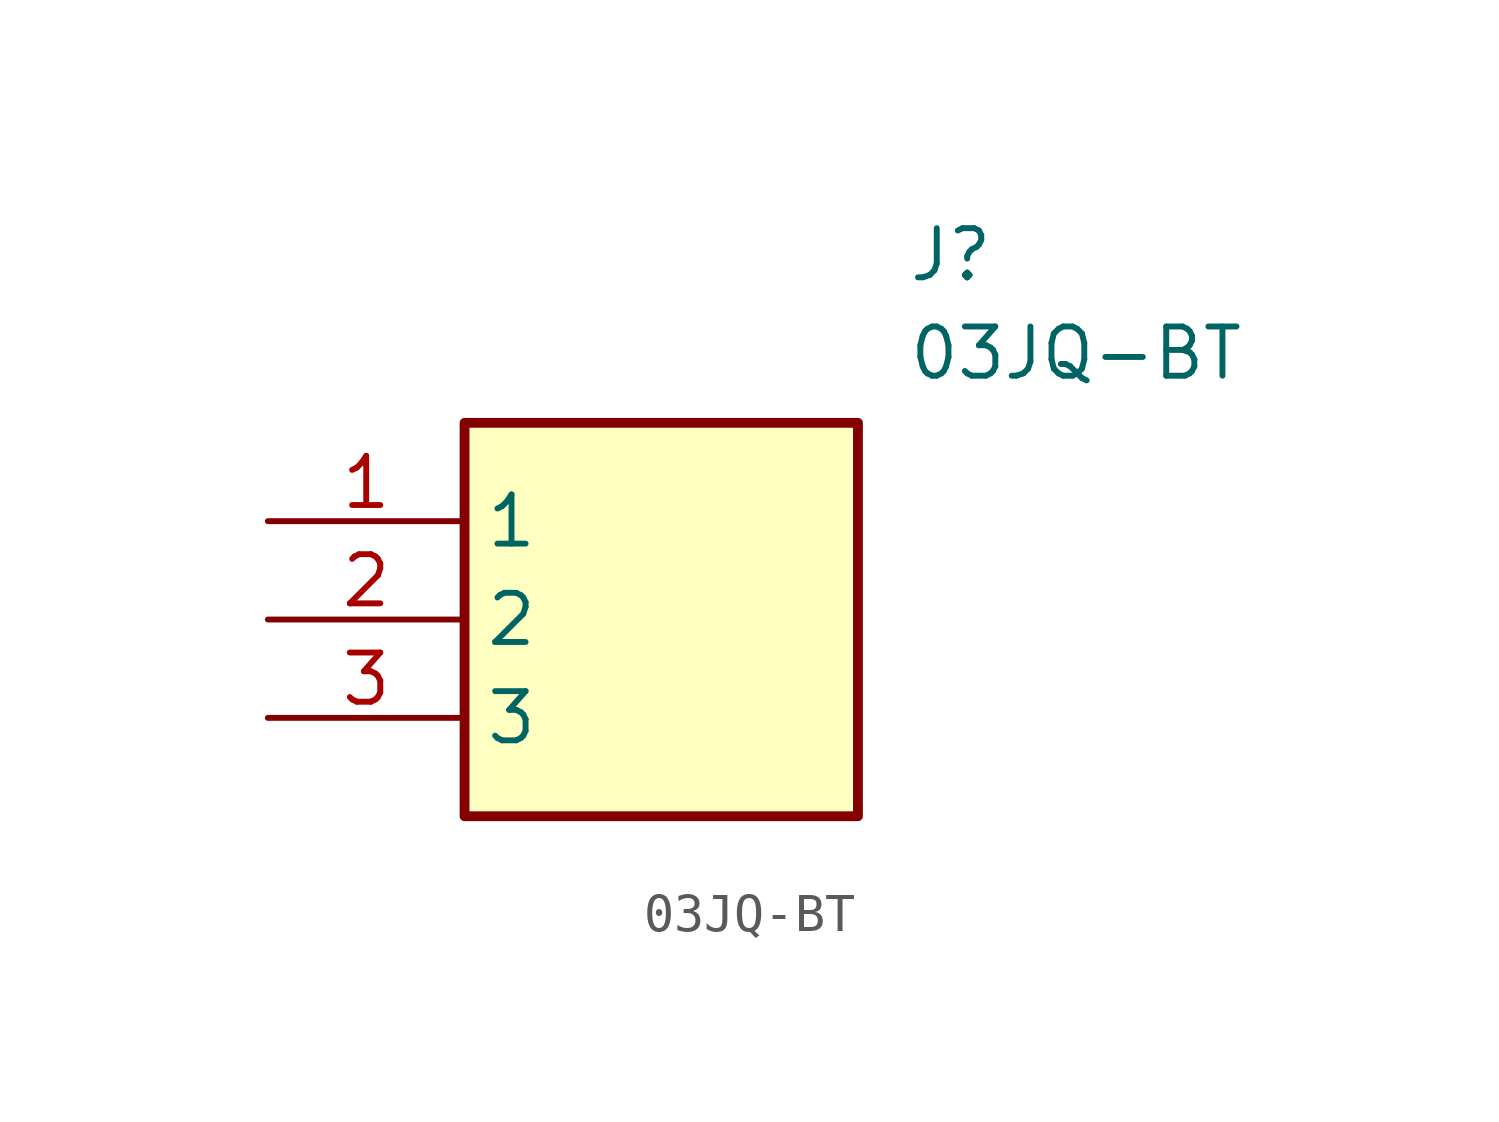
<source format=kicad_sym>
(kicad_symbol_lib
  (version 20211014)
  (generator SamacSys_ECAD_Model)
  (symbol "03JQ-BT"
    (property "Reference" "J"
      (at 16.51 7.62 0)
      (effects (font (size 1.27 1.27)) (justify left top)))
    (property "Value" "03JQ-BT"
      (at 16.51 5.08 0)
      (effects (font (size 1.27 1.27)) (justify left top)))
    (rectangle
      (start 5.08 2.54)
      (end 15.24 -7.62)
      (stroke (width 0.254) (type default))
      (fill (type background)))
    (pin passive line
      (at 0 0 0)
      (length 5.08)
      (name "1" (effects (font (size 1.27 1.27))))
      (number "1" (effects (font (size 1.27 1.27)))))
    (pin passive line
      (at 0 -2.54 0)
      (length 5.08)
      (name "2" (effects (font (size 1.27 1.27))))
      (number "2" (effects (font (size 1.27 1.27)))))
    (pin passive line
      (at 0 -5.08 0)
      (length 5.08)
      (name "3" (effects (font (size 1.27 1.27))))
      (number "3" (effects (font (size 1.27 1.27)))))))
</source>
